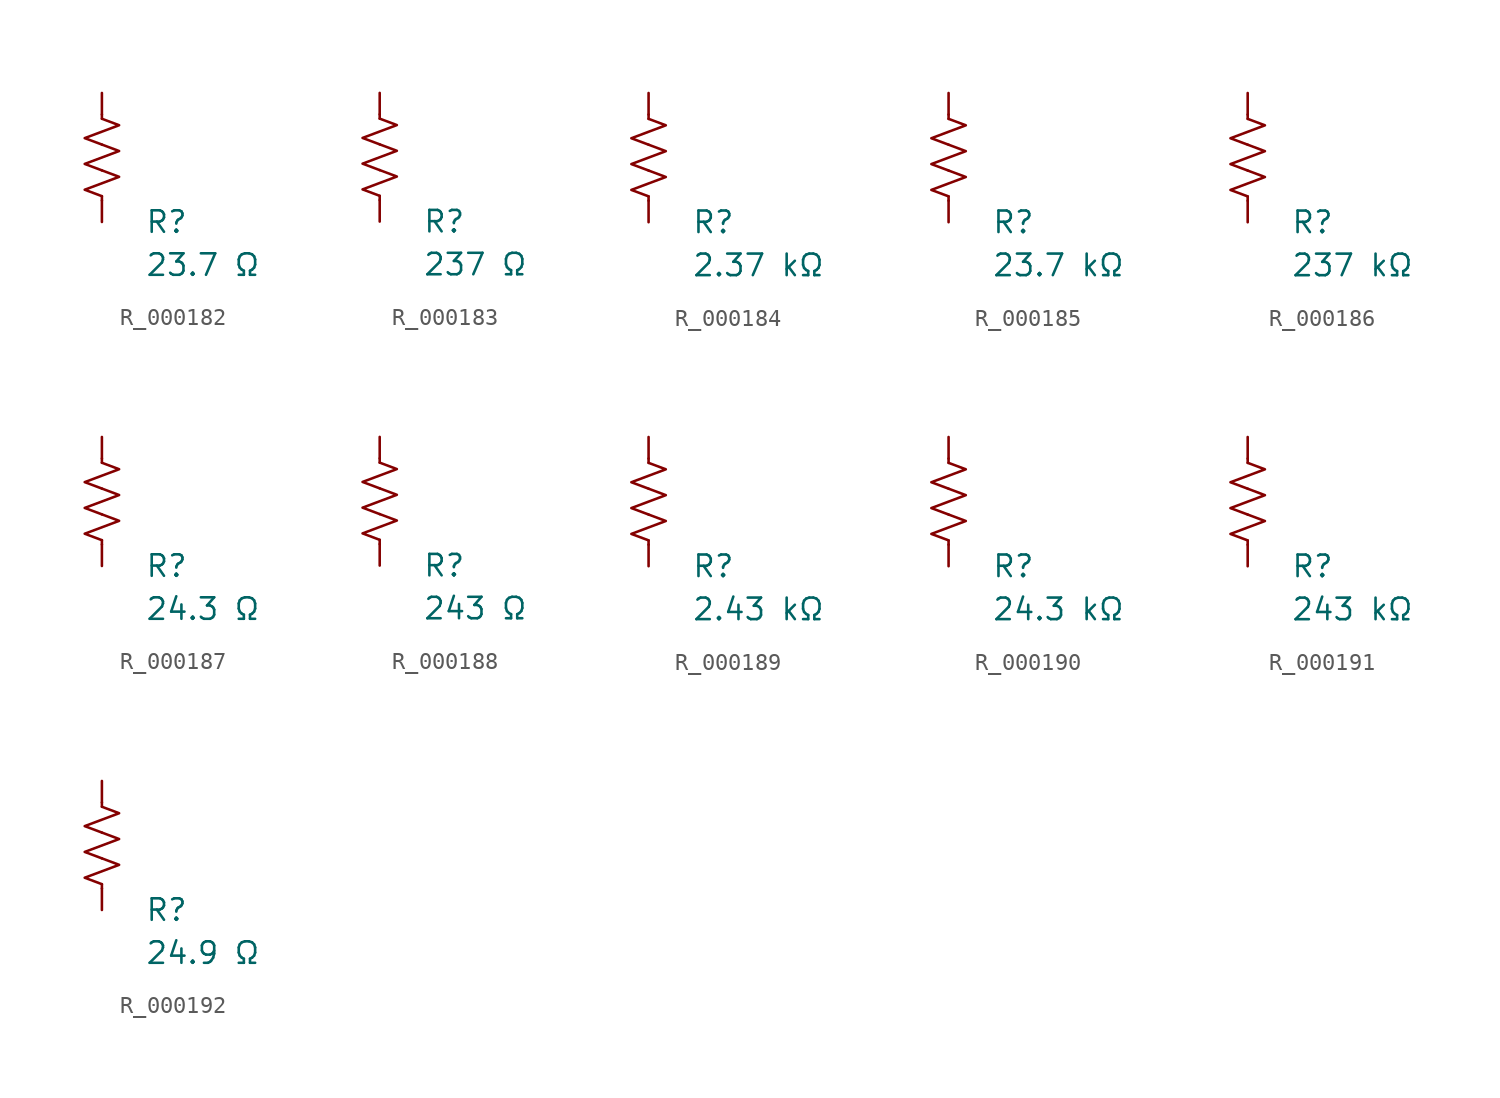
<source format=kicad_sym>
(kicad_symbol_lib
  (version 20231120)
  (generator "kicad_symbol_editor")
  (generator_version "8.0")
  (symbol "R_000182"
    (pin_numbers hide)
    (pin_names
      (offset 0))
    (property "Reference" "R"
      (at 2.54 -3.81 0)
      (effects (font (size 1.27 1.27)) (justify left))
      (show_name no))
    (property "Value" "23.7 Ω"
      (at 2.54 -6.35 0)
      (effects (font (size 1.27 1.27)) (justify left))
      (show_name no))
    (symbol "R_000182_0_1"
      (polyline (pts (xy 0 -2.286) (xy 0 -2.54)) (stroke (width 0) (type default)) (fill (type none)))
      (polyline (pts (xy 0 2.286) (xy 0 2.54)) (stroke (width 0) (type default)) (fill (type none)))
      (polyline (pts (xy 0 -0.762) (xy 1.016 -1.143) (xy 0 -1.524) (xy -1.016 -1.905) (xy 0 -2.286)) (stroke (width 0) (type default)) (fill (type none)))
      (polyline (pts (xy 0 0.762) (xy 1.016 0.381) (xy 0 0) (xy -1.016 -0.381) (xy 0 -0.762)) (stroke (width 0) (type default)) (fill (type none)))
      (polyline (pts (xy 0 2.286) (xy 1.016 1.905) (xy 0 1.524) (xy -1.016 1.143) (xy 0 0.762)) (stroke (width 0) (type default)) (fill (type none))))
    (symbol "R_000182_1_1"
      (pin passive line (at 0 3.81 270) (length 1.27) (name "~" (effects (font (size 1.27 1.27)))) (number "1" (effects (font (size 1.27 1.27)))))
      (pin passive line (at 0 -3.81 90) (length 1.27) (name "~" (effects (font (size 1.27 1.27)))) (number "2" (effects (font (size 1.27 1.27)))))))
  (symbol "R_000183"
    (pin_numbers hide)
    (pin_names
      (offset 0))
    (property "Reference" "R"
      (at 2.54 -3.81 0)
      (effects (font (size 1.27 1.27)) (justify left))
      (show_name no))
    (property "Value" "237 Ω"
      (at 2.54 -6.35 0)
      (effects (font (size 1.27 1.27)) (justify left))
      (show_name no))
    (symbol "R_000183_0_1"
      (polyline (pts (xy 0 -2.286) (xy 0 -2.54)) (stroke (width 0) (type default)) (fill (type none)))
      (polyline (pts (xy 0 2.286) (xy 0 2.54)) (stroke (width 0) (type default)) (fill (type none)))
      (polyline (pts (xy 0 -0.762) (xy 1.016 -1.143) (xy 0 -1.524) (xy -1.016 -1.905) (xy 0 -2.286)) (stroke (width 0) (type default)) (fill (type none)))
      (polyline (pts (xy 0 0.762) (xy 1.016 0.381) (xy 0 0) (xy -1.016 -0.381) (xy 0 -0.762)) (stroke (width 0) (type default)) (fill (type none)))
      (polyline (pts (xy 0 2.286) (xy 1.016 1.905) (xy 0 1.524) (xy -1.016 1.143) (xy 0 0.762)) (stroke (width 0) (type default)) (fill (type none))))
    (symbol "R_000183_1_1"
      (pin passive line (at 0 3.81 270) (length 1.27) (name "~" (effects (font (size 1.27 1.27)))) (number "1" (effects (font (size 1.27 1.27)))))
      (pin passive line (at 0 -3.81 90) (length 1.27) (name "~" (effects (font (size 1.27 1.27)))) (number "2" (effects (font (size 1.27 1.27)))))))
  (symbol "R_000184"
    (pin_numbers hide)
    (pin_names
      (offset 0))
    (property "Reference" "R"
      (at 2.54 -3.81 0)
      (effects (font (size 1.27 1.27)) (justify left))
      (show_name no))
    (property "Value" "2.37 kΩ"
      (at 2.54 -6.35 0)
      (effects (font (size 1.27 1.27)) (justify left))
      (show_name no))
    (symbol "R_000184_0_1"
      (polyline (pts (xy 0 -2.286) (xy 0 -2.54)) (stroke (width 0) (type default)) (fill (type none)))
      (polyline (pts (xy 0 2.286) (xy 0 2.54)) (stroke (width 0) (type default)) (fill (type none)))
      (polyline (pts (xy 0 -0.762) (xy 1.016 -1.143) (xy 0 -1.524) (xy -1.016 -1.905) (xy 0 -2.286)) (stroke (width 0) (type default)) (fill (type none)))
      (polyline (pts (xy 0 0.762) (xy 1.016 0.381) (xy 0 0) (xy -1.016 -0.381) (xy 0 -0.762)) (stroke (width 0) (type default)) (fill (type none)))
      (polyline (pts (xy 0 2.286) (xy 1.016 1.905) (xy 0 1.524) (xy -1.016 1.143) (xy 0 0.762)) (stroke (width 0) (type default)) (fill (type none))))
    (symbol "R_000184_1_1"
      (pin passive line (at 0 3.81 270) (length 1.27) (name "~" (effects (font (size 1.27 1.27)))) (number "1" (effects (font (size 1.27 1.27)))))
      (pin passive line (at 0 -3.81 90) (length 1.27) (name "~" (effects (font (size 1.27 1.27)))) (number "2" (effects (font (size 1.27 1.27)))))))
  (symbol "R_000185"
    (pin_numbers hide)
    (pin_names
      (offset 0))
    (property "Reference" "R"
      (at 2.54 -3.81 0)
      (effects (font (size 1.27 1.27)) (justify left))
      (show_name no))
    (property "Value" "23.7 kΩ"
      (at 2.54 -6.35 0)
      (effects (font (size 1.27 1.27)) (justify left))
      (show_name no))
    (symbol "R_000185_0_1"
      (polyline (pts (xy 0 -2.286) (xy 0 -2.54)) (stroke (width 0) (type default)) (fill (type none)))
      (polyline (pts (xy 0 2.286) (xy 0 2.54)) (stroke (width 0) (type default)) (fill (type none)))
      (polyline (pts (xy 0 -0.762) (xy 1.016 -1.143) (xy 0 -1.524) (xy -1.016 -1.905) (xy 0 -2.286)) (stroke (width 0) (type default)) (fill (type none)))
      (polyline (pts (xy 0 0.762) (xy 1.016 0.381) (xy 0 0) (xy -1.016 -0.381) (xy 0 -0.762)) (stroke (width 0) (type default)) (fill (type none)))
      (polyline (pts (xy 0 2.286) (xy 1.016 1.905) (xy 0 1.524) (xy -1.016 1.143) (xy 0 0.762)) (stroke (width 0) (type default)) (fill (type none))))
    (symbol "R_000185_1_1"
      (pin passive line (at 0 3.81 270) (length 1.27) (name "~" (effects (font (size 1.27 1.27)))) (number "1" (effects (font (size 1.27 1.27)))))
      (pin passive line (at 0 -3.81 90) (length 1.27) (name "~" (effects (font (size 1.27 1.27)))) (number "2" (effects (font (size 1.27 1.27)))))))
  (symbol "R_000186"
    (pin_numbers hide)
    (pin_names
      (offset 0))
    (property "Reference" "R"
      (at 2.54 -3.81 0)
      (effects (font (size 1.27 1.27)) (justify left))
      (show_name no))
    (property "Value" "237 kΩ"
      (at 2.54 -6.35 0)
      (effects (font (size 1.27 1.27)) (justify left))
      (show_name no))
    (symbol "R_000186_0_1"
      (polyline (pts (xy 0 -2.286) (xy 0 -2.54)) (stroke (width 0) (type default)) (fill (type none)))
      (polyline (pts (xy 0 2.286) (xy 0 2.54)) (stroke (width 0) (type default)) (fill (type none)))
      (polyline (pts (xy 0 -0.762) (xy 1.016 -1.143) (xy 0 -1.524) (xy -1.016 -1.905) (xy 0 -2.286)) (stroke (width 0) (type default)) (fill (type none)))
      (polyline (pts (xy 0 0.762) (xy 1.016 0.381) (xy 0 0) (xy -1.016 -0.381) (xy 0 -0.762)) (stroke (width 0) (type default)) (fill (type none)))
      (polyline (pts (xy 0 2.286) (xy 1.016 1.905) (xy 0 1.524) (xy -1.016 1.143) (xy 0 0.762)) (stroke (width 0) (type default)) (fill (type none))))
    (symbol "R_000186_1_1"
      (pin passive line (at 0 3.81 270) (length 1.27) (name "~" (effects (font (size 1.27 1.27)))) (number "1" (effects (font (size 1.27 1.27)))))
      (pin passive line (at 0 -3.81 90) (length 1.27) (name "~" (effects (font (size 1.27 1.27)))) (number "2" (effects (font (size 1.27 1.27)))))))
  (symbol "R_000187"
    (pin_numbers hide)
    (pin_names
      (offset 0))
    (property "Reference" "R"
      (at 2.54 -3.81 0)
      (effects (font (size 1.27 1.27)) (justify left))
      (show_name no))
    (property "Value" "24.3 Ω"
      (at 2.54 -6.35 0)
      (effects (font (size 1.27 1.27)) (justify left))
      (show_name no))
    (symbol "R_000187_0_1"
      (polyline (pts (xy 0 -2.286) (xy 0 -2.54)) (stroke (width 0) (type default)) (fill (type none)))
      (polyline (pts (xy 0 2.286) (xy 0 2.54)) (stroke (width 0) (type default)) (fill (type none)))
      (polyline (pts (xy 0 -0.762) (xy 1.016 -1.143) (xy 0 -1.524) (xy -1.016 -1.905) (xy 0 -2.286)) (stroke (width 0) (type default)) (fill (type none)))
      (polyline (pts (xy 0 0.762) (xy 1.016 0.381) (xy 0 0) (xy -1.016 -0.381) (xy 0 -0.762)) (stroke (width 0) (type default)) (fill (type none)))
      (polyline (pts (xy 0 2.286) (xy 1.016 1.905) (xy 0 1.524) (xy -1.016 1.143) (xy 0 0.762)) (stroke (width 0) (type default)) (fill (type none))))
    (symbol "R_000187_1_1"
      (pin passive line (at 0 3.81 270) (length 1.27) (name "~" (effects (font (size 1.27 1.27)))) (number "1" (effects (font (size 1.27 1.27)))))
      (pin passive line (at 0 -3.81 90) (length 1.27) (name "~" (effects (font (size 1.27 1.27)))) (number "2" (effects (font (size 1.27 1.27)))))))
  (symbol "R_000188"
    (pin_numbers hide)
    (pin_names
      (offset 0))
    (property "Reference" "R"
      (at 2.54 -3.81 0)
      (effects (font (size 1.27 1.27)) (justify left))
      (show_name no))
    (property "Value" "243 Ω"
      (at 2.54 -6.35 0)
      (effects (font (size 1.27 1.27)) (justify left))
      (show_name no))
    (symbol "R_000188_0_1"
      (polyline (pts (xy 0 -2.286) (xy 0 -2.54)) (stroke (width 0) (type default)) (fill (type none)))
      (polyline (pts (xy 0 2.286) (xy 0 2.54)) (stroke (width 0) (type default)) (fill (type none)))
      (polyline (pts (xy 0 -0.762) (xy 1.016 -1.143) (xy 0 -1.524) (xy -1.016 -1.905) (xy 0 -2.286)) (stroke (width 0) (type default)) (fill (type none)))
      (polyline (pts (xy 0 0.762) (xy 1.016 0.381) (xy 0 0) (xy -1.016 -0.381) (xy 0 -0.762)) (stroke (width 0) (type default)) (fill (type none)))
      (polyline (pts (xy 0 2.286) (xy 1.016 1.905) (xy 0 1.524) (xy -1.016 1.143) (xy 0 0.762)) (stroke (width 0) (type default)) (fill (type none))))
    (symbol "R_000188_1_1"
      (pin passive line (at 0 3.81 270) (length 1.27) (name "~" (effects (font (size 1.27 1.27)))) (number "1" (effects (font (size 1.27 1.27)))))
      (pin passive line (at 0 -3.81 90) (length 1.27) (name "~" (effects (font (size 1.27 1.27)))) (number "2" (effects (font (size 1.27 1.27)))))))
  (symbol "R_000189"
    (pin_numbers hide)
    (pin_names
      (offset 0))
    (property "Reference" "R"
      (at 2.54 -3.81 0)
      (effects (font (size 1.27 1.27)) (justify left))
      (show_name no))
    (property "Value" "2.43 kΩ"
      (at 2.54 -6.35 0)
      (effects (font (size 1.27 1.27)) (justify left))
      (show_name no))
    (symbol "R_000189_0_1"
      (polyline (pts (xy 0 -2.286) (xy 0 -2.54)) (stroke (width 0) (type default)) (fill (type none)))
      (polyline (pts (xy 0 2.286) (xy 0 2.54)) (stroke (width 0) (type default)) (fill (type none)))
      (polyline (pts (xy 0 -0.762) (xy 1.016 -1.143) (xy 0 -1.524) (xy -1.016 -1.905) (xy 0 -2.286)) (stroke (width 0) (type default)) (fill (type none)))
      (polyline (pts (xy 0 0.762) (xy 1.016 0.381) (xy 0 0) (xy -1.016 -0.381) (xy 0 -0.762)) (stroke (width 0) (type default)) (fill (type none)))
      (polyline (pts (xy 0 2.286) (xy 1.016 1.905) (xy 0 1.524) (xy -1.016 1.143) (xy 0 0.762)) (stroke (width 0) (type default)) (fill (type none))))
    (symbol "R_000189_1_1"
      (pin passive line (at 0 3.81 270) (length 1.27) (name "~" (effects (font (size 1.27 1.27)))) (number "1" (effects (font (size 1.27 1.27)))))
      (pin passive line (at 0 -3.81 90) (length 1.27) (name "~" (effects (font (size 1.27 1.27)))) (number "2" (effects (font (size 1.27 1.27)))))))
  (symbol "R_000190"
    (pin_numbers hide)
    (pin_names
      (offset 0))
    (property "Reference" "R"
      (at 2.54 -3.81 0)
      (effects (font (size 1.27 1.27)) (justify left))
      (show_name no))
    (property "Value" "24.3 kΩ"
      (at 2.54 -6.35 0)
      (effects (font (size 1.27 1.27)) (justify left))
      (show_name no))
    (symbol "R_000190_0_1"
      (polyline (pts (xy 0 -2.286) (xy 0 -2.54)) (stroke (width 0) (type default)) (fill (type none)))
      (polyline (pts (xy 0 2.286) (xy 0 2.54)) (stroke (width 0) (type default)) (fill (type none)))
      (polyline (pts (xy 0 -0.762) (xy 1.016 -1.143) (xy 0 -1.524) (xy -1.016 -1.905) (xy 0 -2.286)) (stroke (width 0) (type default)) (fill (type none)))
      (polyline (pts (xy 0 0.762) (xy 1.016 0.381) (xy 0 0) (xy -1.016 -0.381) (xy 0 -0.762)) (stroke (width 0) (type default)) (fill (type none)))
      (polyline (pts (xy 0 2.286) (xy 1.016 1.905) (xy 0 1.524) (xy -1.016 1.143) (xy 0 0.762)) (stroke (width 0) (type default)) (fill (type none))))
    (symbol "R_000190_1_1"
      (pin passive line (at 0 3.81 270) (length 1.27) (name "~" (effects (font (size 1.27 1.27)))) (number "1" (effects (font (size 1.27 1.27)))))
      (pin passive line (at 0 -3.81 90) (length 1.27) (name "~" (effects (font (size 1.27 1.27)))) (number "2" (effects (font (size 1.27 1.27)))))))
  (symbol "R_000191"
    (pin_numbers hide)
    (pin_names
      (offset 0))
    (property "Reference" "R"
      (at 2.54 -3.81 0)
      (effects (font (size 1.27 1.27)) (justify left))
      (show_name no))
    (property "Value" "243 kΩ"
      (at 2.54 -6.35 0)
      (effects (font (size 1.27 1.27)) (justify left))
      (show_name no))
    (symbol "R_000191_0_1"
      (polyline (pts (xy 0 -2.286) (xy 0 -2.54)) (stroke (width 0) (type default)) (fill (type none)))
      (polyline (pts (xy 0 2.286) (xy 0 2.54)) (stroke (width 0) (type default)) (fill (type none)))
      (polyline (pts (xy 0 -0.762) (xy 1.016 -1.143) (xy 0 -1.524) (xy -1.016 -1.905) (xy 0 -2.286)) (stroke (width 0) (type default)) (fill (type none)))
      (polyline (pts (xy 0 0.762) (xy 1.016 0.381) (xy 0 0) (xy -1.016 -0.381) (xy 0 -0.762)) (stroke (width 0) (type default)) (fill (type none)))
      (polyline (pts (xy 0 2.286) (xy 1.016 1.905) (xy 0 1.524) (xy -1.016 1.143) (xy 0 0.762)) (stroke (width 0) (type default)) (fill (type none))))
    (symbol "R_000191_1_1"
      (pin passive line (at 0 3.81 270) (length 1.27) (name "~" (effects (font (size 1.27 1.27)))) (number "1" (effects (font (size 1.27 1.27)))))
      (pin passive line (at 0 -3.81 90) (length 1.27) (name "~" (effects (font (size 1.27 1.27)))) (number "2" (effects (font (size 1.27 1.27)))))))
  (symbol "R_000192"
    (pin_numbers hide)
    (pin_names
      (offset 0))
    (property "Reference" "R"
      (at 2.54 -3.81 0)
      (effects (font (size 1.27 1.27)) (justify left))
      (show_name no))
    (property "Value" "24.9 Ω"
      (at 2.54 -6.35 0)
      (effects (font (size 1.27 1.27)) (justify left))
      (show_name no))
    (symbol "R_000192_0_1"
      (polyline (pts (xy 0 -2.286) (xy 0 -2.54)) (stroke (width 0) (type default)) (fill (type none)))
      (polyline (pts (xy 0 2.286) (xy 0 2.54)) (stroke (width 0) (type default)) (fill (type none)))
      (polyline (pts (xy 0 -0.762) (xy 1.016 -1.143) (xy 0 -1.524) (xy -1.016 -1.905) (xy 0 -2.286)) (stroke (width 0) (type default)) (fill (type none)))
      (polyline (pts (xy 0 0.762) (xy 1.016 0.381) (xy 0 0) (xy -1.016 -0.381) (xy 0 -0.762)) (stroke (width 0) (type default)) (fill (type none)))
      (polyline (pts (xy 0 2.286) (xy 1.016 1.905) (xy 0 1.524) (xy -1.016 1.143) (xy 0 0.762)) (stroke (width 0) (type default)) (fill (type none))))
    (symbol "R_000192_1_1"
      (pin passive line (at 0 3.81 270) (length 1.27) (name "~" (effects (font (size 1.27 1.27)))) (number "1" (effects (font (size 1.27 1.27)))))
      (pin passive line (at 0 -3.81 90) (length 1.27) (name "~" (effects (font (size 1.27 1.27)))) (number "2" (effects (font (size 1.27 1.27))))))))
</source>
